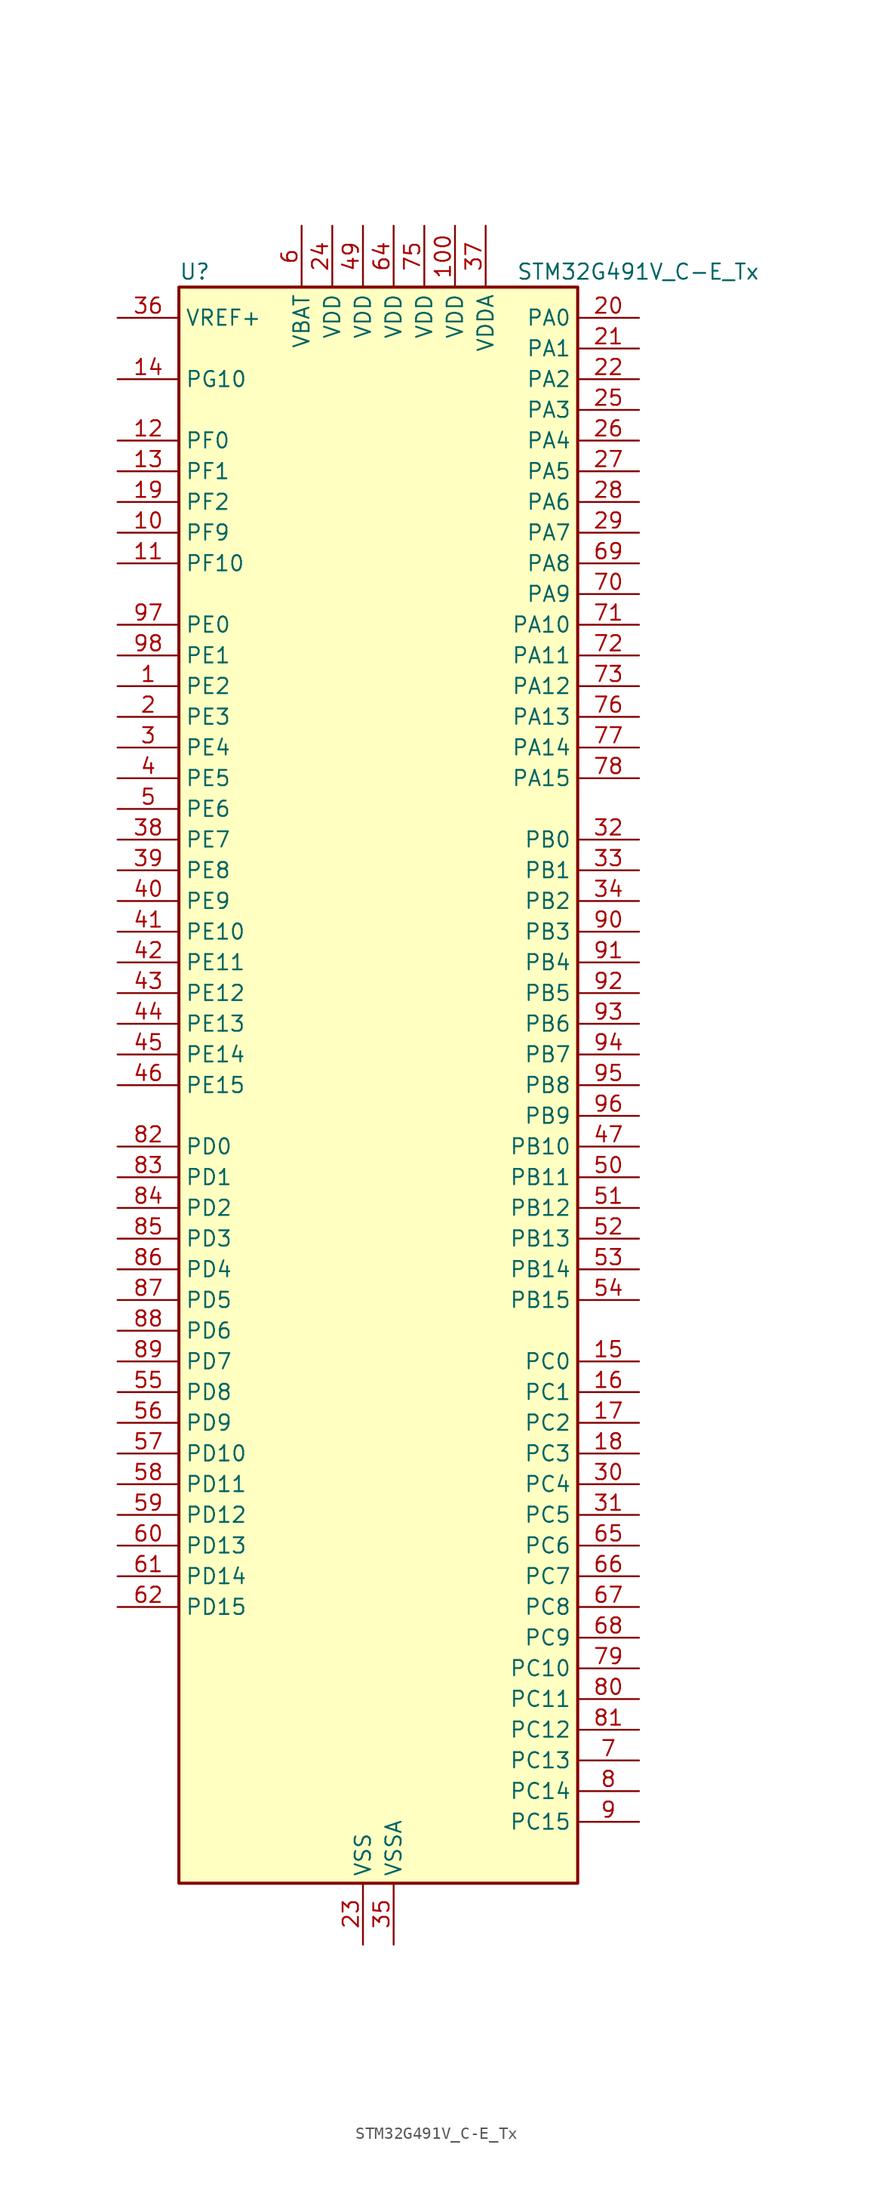
<source format=kicad_sym>
(kicad_symbol_lib
  (version 20220914)
  (generator kicad_symbol_editor)
  (symbol "STM32G491V_C-E_Tx"
    (property "Reference" "U"
      (at -15.24 67.31 0)
      (effects (font (size 1.27 1.27)) (justify left)))
    (property "Value" "STM32G491V_C-E_Tx"
      (at 12.7 67.31 0)
      (effects (font (size 1.27 1.27)) (justify left)))
    (property "ki_locked" ""
      (at 0 0 0)
      (effects (font (size 1.27 1.27))))
    (symbol "STM32G491V_C-E_Tx_0_1"
      (rectangle (start -15.24 -66.04) (end 17.78 66.04) (stroke (width 0.254) (type default)) (fill (type background))))
    (symbol "STM32G491V_C-E_Tx_1_1"
      (pin bidirectional line (at -20.32 33.02 0) (length 5.08) (name "PE2" (effects (font (size 1.27 1.27)))) (number "1" (effects (font (size 1.27 1.27)))) (alternate "ADC3_EXTI2" bidirectional line) (alternate "SAI1_CK1" bidirectional line) (alternate "SAI1_MCLK_A" bidirectional line) (alternate "SYS_TRACECLK" bidirectional line) (alternate "TIM20_CH1" bidirectional line) (alternate "TIM3_CH1" bidirectional line))
      (pin bidirectional line (at -20.32 45.72 0) (length 5.08) (name "PF9" (effects (font (size 1.27 1.27)))) (number "10" (effects (font (size 1.27 1.27)))) (alternate "DAC1_EXTI9" bidirectional line) (alternate "DAC3_EXTI9" bidirectional line) (alternate "QUADSPI1_BK1_IO1" bidirectional line) (alternate "SAI1_FS_B" bidirectional line) (alternate "SPI2_SCK" bidirectional line) (alternate "TIM15_CH1" bidirectional line) (alternate "TIM20_BKIN" bidirectional line))
      (pin power_in line (at 7.62 71.12 270) (length 5.08) (name "VDD" (effects (font (size 1.27 1.27)))) (number "100" (effects (font (size 1.27 1.27)))))
      (pin bidirectional line (at -20.32 43.18 0) (length 5.08) (name "PF10" (effects (font (size 1.27 1.27)))) (number "11" (effects (font (size 1.27 1.27)))) (alternate "DAC1_EXTI10" bidirectional line) (alternate "DAC3_EXTI10" bidirectional line) (alternate "QUADSPI1_CLK" bidirectional line) (alternate "SAI1_D3" bidirectional line) (alternate "SPI2_SCK" bidirectional line) (alternate "TIM15_CH2" bidirectional line) (alternate "TIM20_BKIN2" bidirectional line))
      (pin bidirectional line (at -20.32 53.34 0) (length 5.08) (name "PF0" (effects (font (size 1.27 1.27)))) (number "12" (effects (font (size 1.27 1.27)))) (alternate "ADC1_IN10" bidirectional line) (alternate "I2C2_SDA" bidirectional line) (alternate "I2S2_WS" bidirectional line) (alternate "RCC_OSC_IN" bidirectional line) (alternate "SPI2_NSS" bidirectional line) (alternate "TIM1_CH3N" bidirectional line))
      (pin bidirectional line (at -20.32 50.8 0) (length 5.08) (name "PF1" (effects (font (size 1.27 1.27)))) (number "13" (effects (font (size 1.27 1.27)))) (alternate "ADC2_IN10" bidirectional line) (alternate "COMP3_INM" bidirectional line) (alternate "I2S2_CK" bidirectional line) (alternate "RCC_OSC_OUT" bidirectional line) (alternate "SPI2_SCK" bidirectional line))
      (pin bidirectional line (at -20.32 58.42 0) (length 5.08) (name "PG10" (effects (font (size 1.27 1.27)))) (number "14" (effects (font (size 1.27 1.27)))) (alternate "DAC1_EXTI10" bidirectional line) (alternate "DAC3_EXTI10" bidirectional line) (alternate "RCC_MCO" bidirectional line))
      (pin bidirectional line (at 22.86 -22.86 180) (length 5.08) (name "PC0" (effects (font (size 1.27 1.27)))) (number "15" (effects (font (size 1.27 1.27)))) (alternate "ADC1_IN6" bidirectional line) (alternate "ADC2_IN6" bidirectional line) (alternate "COMP3_INM" bidirectional line) (alternate "LPTIM1_IN1" bidirectional line) (alternate "LPUART1_RX" bidirectional line) (alternate "TIM1_CH1" bidirectional line))
      (pin bidirectional line (at 22.86 -25.4 180) (length 5.08) (name "PC1" (effects (font (size 1.27 1.27)))) (number "16" (effects (font (size 1.27 1.27)))) (alternate "ADC1_IN7" bidirectional line) (alternate "ADC2_IN7" bidirectional line) (alternate "COMP3_INP" bidirectional line) (alternate "LPTIM1_OUT" bidirectional line) (alternate "LPUART1_TX" bidirectional line) (alternate "QUADSPI1_BK2_IO0" bidirectional line) (alternate "SAI1_SD_A" bidirectional line) (alternate "TIM1_CH2" bidirectional line))
      (pin bidirectional line (at 22.86 -27.94 180) (length 5.08) (name "PC2" (effects (font (size 1.27 1.27)))) (number "17" (effects (font (size 1.27 1.27)))) (alternate "ADC1_IN8" bidirectional line) (alternate "ADC2_IN8" bidirectional line) (alternate "ADC3_EXTI2" bidirectional line) (alternate "COMP3_OUT" bidirectional line) (alternate "LPTIM1_IN2" bidirectional line) (alternate "QUADSPI1_BK2_IO1" bidirectional line) (alternate "TIM1_CH3" bidirectional line) (alternate "TIM20_CH2" bidirectional line))
      (pin bidirectional line (at 22.86 -30.48 180) (length 5.08) (name "PC3" (effects (font (size 1.27 1.27)))) (number "18" (effects (font (size 1.27 1.27)))) (alternate "ADC1_IN9" bidirectional line) (alternate "ADC2_IN9" bidirectional line) (alternate "ADC3_EXTI3" bidirectional line) (alternate "LPTIM1_ETR" bidirectional line) (alternate "QUADSPI1_BK2_IO2" bidirectional line) (alternate "SAI1_D1" bidirectional line) (alternate "SAI1_SD_A" bidirectional line) (alternate "TIM1_BKIN2" bidirectional line) (alternate "TIM1_CH4" bidirectional line))
      (pin bidirectional line (at -20.32 48.26 0) (length 5.08) (name "PF2" (effects (font (size 1.27 1.27)))) (number "19" (effects (font (size 1.27 1.27)))) (alternate "ADC3_EXTI2" bidirectional line) (alternate "I2C2_SMBA" bidirectional line) (alternate "TIM20_CH3" bidirectional line))
      (pin bidirectional line (at -20.32 30.48 0) (length 5.08) (name "PE3" (effects (font (size 1.27 1.27)))) (number "2" (effects (font (size 1.27 1.27)))) (alternate "ADC3_EXTI3" bidirectional line) (alternate "SAI1_SD_B" bidirectional line) (alternate "SYS_TRACED0" bidirectional line) (alternate "TIM20_CH2" bidirectional line) (alternate "TIM3_CH2" bidirectional line))
      (pin bidirectional line (at 22.86 63.5 180) (length 5.08) (name "PA0" (effects (font (size 1.27 1.27)))) (number "20" (effects (font (size 1.27 1.27)))) (alternate "ADC1_IN1" bidirectional line) (alternate "ADC2_IN1" bidirectional line) (alternate "COMP1_INM" bidirectional line) (alternate "COMP1_OUT" bidirectional line) (alternate "COMP3_INP" bidirectional line) (alternate "RTC_TAMP2" bidirectional line) (alternate "SYS_WKUP1" bidirectional line) (alternate "TIM2_CH1" bidirectional line) (alternate "TIM2_ETR" bidirectional line) (alternate "TIM8_BKIN" bidirectional line) (alternate "TIM8_ETR" bidirectional line) (alternate "USART2_CTS" bidirectional line) (alternate "USART2_NSS" bidirectional line))
      (pin bidirectional line (at 22.86 60.96 180) (length 5.08) (name "PA1" (effects (font (size 1.27 1.27)))) (number "21" (effects (font (size 1.27 1.27)))) (alternate "ADC1_IN2" bidirectional line) (alternate "ADC2_IN2" bidirectional line) (alternate "COMP1_INP" bidirectional line) (alternate "OPAMP1_VINP" bidirectional line) (alternate "OPAMP1_VINP_SEC" bidirectional line) (alternate "OPAMP3_VINP" bidirectional line) (alternate "OPAMP3_VINP_SEC" bidirectional line) (alternate "OPAMP6_VINM" bidirectional line) (alternate "OPAMP6_VINM0" bidirectional line) (alternate "OPAMP6_VINM_SEC" bidirectional line) (alternate "RTC_REFIN" bidirectional line) (alternate "TIM15_CH1N" bidirectional line) (alternate "TIM2_CH2" bidirectional line) (alternate "USART2_DE" bidirectional line) (alternate "USART2_RTS" bidirectional line))
      (pin bidirectional line (at 22.86 58.42 180) (length 5.08) (name "PA2" (effects (font (size 1.27 1.27)))) (number "22" (effects (font (size 1.27 1.27)))) (alternate "ADC1_IN3" bidirectional line) (alternate "ADC3_EXTI2" bidirectional line) (alternate "COMP2_INM" bidirectional line) (alternate "COMP2_OUT" bidirectional line) (alternate "LPUART1_TX" bidirectional line) (alternate "OPAMP1_VOUT" bidirectional line) (alternate "QUADSPI1_BK1_NCS" bidirectional line) (alternate "RCC_LSCO" bidirectional line) (alternate "SYS_WKUP4" bidirectional line) (alternate "TIM15_CH1" bidirectional line) (alternate "TIM2_CH3" bidirectional line) (alternate "UCPD1_FRSTX1" bidirectional line) (alternate "UCPD1_FRSTX2" bidirectional line) (alternate "USART2_TX" bidirectional line))
      (pin power_in line (at 0 -71.12 90) (length 5.08) (name "VSS" (effects (font (size 1.27 1.27)))) (number "23" (effects (font (size 1.27 1.27)))))
      (pin power_in line (at -2.54 71.12 270) (length 5.08) (name "VDD" (effects (font (size 1.27 1.27)))) (number "24" (effects (font (size 1.27 1.27)))))
      (pin bidirectional line (at 22.86 55.88 180) (length 5.08) (name "PA3" (effects (font (size 1.27 1.27)))) (number "25" (effects (font (size 1.27 1.27)))) (alternate "ADC1_IN4" bidirectional line) (alternate "ADC3_EXTI3" bidirectional line) (alternate "COMP2_INP" bidirectional line) (alternate "LPUART1_RX" bidirectional line) (alternate "OPAMP1_VINM" bidirectional line) (alternate "OPAMP1_VINM0" bidirectional line) (alternate "OPAMP1_VINM_SEC" bidirectional line) (alternate "OPAMP1_VINP" bidirectional line) (alternate "OPAMP1_VINP_SEC" bidirectional line) (alternate "QUADSPI1_CLK" bidirectional line) (alternate "SAI1_CK1" bidirectional line) (alternate "SAI1_MCLK_A" bidirectional line) (alternate "TIM15_CH2" bidirectional line) (alternate "TIM2_CH4" bidirectional line) (alternate "USART2_RX" bidirectional line))
      (pin bidirectional line (at 22.86 53.34 180) (length 5.08) (name "PA4" (effects (font (size 1.27 1.27)))) (number "26" (effects (font (size 1.27 1.27)))) (alternate "ADC2_IN17" bidirectional line) (alternate "COMP1_INM" bidirectional line) (alternate "DAC1_OUT1" bidirectional line) (alternate "I2S3_WS" bidirectional line) (alternate "SAI1_FS_B" bidirectional line) (alternate "SPI1_NSS" bidirectional line) (alternate "SPI3_NSS" bidirectional line) (alternate "TIM3_CH2" bidirectional line) (alternate "USART2_CK" bidirectional line))
      (pin bidirectional line (at 22.86 50.8 180) (length 5.08) (name "PA5" (effects (font (size 1.27 1.27)))) (number "27" (effects (font (size 1.27 1.27)))) (alternate "ADC2_IN13" bidirectional line) (alternate "COMP2_INM" bidirectional line) (alternate "DAC1_OUT2" bidirectional line) (alternate "OPAMP2_VINM" bidirectional line) (alternate "OPAMP2_VINM0" bidirectional line) (alternate "OPAMP2_VINM_SEC" bidirectional line) (alternate "SPI1_SCK" bidirectional line) (alternate "TIM2_CH1" bidirectional line) (alternate "TIM2_ETR" bidirectional line) (alternate "UCPD1_FRSTX1" bidirectional line) (alternate "UCPD1_FRSTX2" bidirectional line))
      (pin bidirectional line (at 22.86 48.26 180) (length 5.08) (name "PA6" (effects (font (size 1.27 1.27)))) (number "28" (effects (font (size 1.27 1.27)))) (alternate "ADC2_IN3" bidirectional line) (alternate "COMP1_OUT" bidirectional line) (alternate "LPUART1_CTS" bidirectional line) (alternate "OPAMP2_VOUT" bidirectional line) (alternate "QUADSPI1_BK1_IO3" bidirectional line) (alternate "SPI1_MISO" bidirectional line) (alternate "TIM16_CH1" bidirectional line) (alternate "TIM1_BKIN" bidirectional line) (alternate "TIM3_CH1" bidirectional line) (alternate "TIM8_BKIN" bidirectional line))
      (pin bidirectional line (at 22.86 45.72 180) (length 5.08) (name "PA7" (effects (font (size 1.27 1.27)))) (number "29" (effects (font (size 1.27 1.27)))) (alternate "ADC2_IN4" bidirectional line) (alternate "COMP2_INP" bidirectional line) (alternate "COMP2_OUT" bidirectional line) (alternate "OPAMP1_VINP" bidirectional line) (alternate "OPAMP1_VINP_SEC" bidirectional line) (alternate "OPAMP2_VINP" bidirectional line) (alternate "OPAMP2_VINP_SEC" bidirectional line) (alternate "QUADSPI1_BK1_IO2" bidirectional line) (alternate "SPI1_MOSI" bidirectional line) (alternate "TIM17_CH1" bidirectional line) (alternate "TIM1_CH1N" bidirectional line) (alternate "TIM3_CH2" bidirectional line) (alternate "TIM8_CH1N" bidirectional line) (alternate "UCPD1_FRSTX1" bidirectional line) (alternate "UCPD1_FRSTX2" bidirectional line))
      (pin bidirectional line (at -20.32 27.94 0) (length 5.08) (name "PE4" (effects (font (size 1.27 1.27)))) (number "3" (effects (font (size 1.27 1.27)))) (alternate "SAI1_D2" bidirectional line) (alternate "SAI1_FS_A" bidirectional line) (alternate "SYS_TRACED1" bidirectional line) (alternate "TIM20_CH1N" bidirectional line) (alternate "TIM3_CH3" bidirectional line))
      (pin bidirectional line (at 22.86 -33.02 180) (length 5.08) (name "PC4" (effects (font (size 1.27 1.27)))) (number "30" (effects (font (size 1.27 1.27)))) (alternate "ADC2_IN5" bidirectional line) (alternate "I2C2_SCL" bidirectional line) (alternate "QUADSPI1_BK2_IO3" bidirectional line) (alternate "TIM1_ETR" bidirectional line) (alternate "USART1_TX" bidirectional line))
      (pin bidirectional line (at 22.86 -35.56 180) (length 5.08) (name "PC5" (effects (font (size 1.27 1.27)))) (number "31" (effects (font (size 1.27 1.27)))) (alternate "ADC2_IN11" bidirectional line) (alternate "OPAMP1_VINM" bidirectional line) (alternate "OPAMP1_VINM1" bidirectional line) (alternate "OPAMP1_VINM_SEC" bidirectional line) (alternate "OPAMP2_VINM" bidirectional line) (alternate "OPAMP2_VINM1" bidirectional line) (alternate "OPAMP2_VINM_SEC" bidirectional line) (alternate "SAI1_D3" bidirectional line) (alternate "SYS_WKUP5" bidirectional line) (alternate "TIM15_BKIN" bidirectional line) (alternate "TIM1_CH4N" bidirectional line) (alternate "USART1_RX" bidirectional line))
      (pin bidirectional line (at 22.86 20.32 180) (length 5.08) (name "PB0" (effects (font (size 1.27 1.27)))) (number "32" (effects (font (size 1.27 1.27)))) (alternate "ADC1_IN15" bidirectional line) (alternate "ADC3_IN12" bidirectional line) (alternate "COMP4_INP" bidirectional line) (alternate "OPAMP2_VINP" bidirectional line) (alternate "OPAMP2_VINP_SEC" bidirectional line) (alternate "OPAMP3_VINP" bidirectional line) (alternate "OPAMP3_VINP_SEC" bidirectional line) (alternate "QUADSPI1_BK1_IO1" bidirectional line) (alternate "TIM1_CH2N" bidirectional line) (alternate "TIM3_CH3" bidirectional line) (alternate "TIM8_CH2N" bidirectional line) (alternate "UCPD1_FRSTX1" bidirectional line) (alternate "UCPD1_FRSTX2" bidirectional line))
      (pin bidirectional line (at 22.86 17.78 180) (length 5.08) (name "PB1" (effects (font (size 1.27 1.27)))) (number "33" (effects (font (size 1.27 1.27)))) (alternate "ADC1_IN12" bidirectional line) (alternate "ADC3_IN1" bidirectional line) (alternate "COMP1_INP" bidirectional line) (alternate "COMP4_OUT" bidirectional line) (alternate "LPUART1_DE" bidirectional line) (alternate "LPUART1_RTS" bidirectional line) (alternate "OPAMP3_VOUT" bidirectional line) (alternate "OPAMP6_VINM" bidirectional line) (alternate "OPAMP6_VINM1" bidirectional line) (alternate "OPAMP6_VINM_SEC" bidirectional line) (alternate "QUADSPI1_BK1_IO0" bidirectional line) (alternate "TIM1_CH3N" bidirectional line) (alternate "TIM3_CH4" bidirectional line) (alternate "TIM8_CH3N" bidirectional line))
      (pin bidirectional line (at 22.86 15.24 180) (length 5.08) (name "PB2" (effects (font (size 1.27 1.27)))) (number "34" (effects (font (size 1.27 1.27)))) (alternate "ADC2_IN12" bidirectional line) (alternate "ADC3_EXTI2" bidirectional line) (alternate "COMP4_INM" bidirectional line) (alternate "I2C3_SMBA" bidirectional line) (alternate "LPTIM1_OUT" bidirectional line) (alternate "OPAMP3_VINM" bidirectional line) (alternate "OPAMP3_VINM0" bidirectional line) (alternate "OPAMP3_VINM_SEC" bidirectional line) (alternate "QUADSPI1_BK2_IO1" bidirectional line) (alternate "RTC_OUT2" bidirectional line) (alternate "TIM20_CH1" bidirectional line))
      (pin power_in line (at 2.54 -71.12 90) (length 5.08) (name "VSSA" (effects (font (size 1.27 1.27)))) (number "35" (effects (font (size 1.27 1.27)))))
      (pin input line (at -20.32 63.5 0) (length 5.08) (name "VREF+" (effects (font (size 1.27 1.27)))) (number "36" (effects (font (size 1.27 1.27)))) (alternate "VREFBUF_OUT" bidirectional line))
      (pin power_in line (at 10.16 71.12 270) (length 5.08) (name "VDDA" (effects (font (size 1.27 1.27)))) (number "37" (effects (font (size 1.27 1.27)))))
      (pin bidirectional line (at -20.32 20.32 0) (length 5.08) (name "PE7" (effects (font (size 1.27 1.27)))) (number "38" (effects (font (size 1.27 1.27)))) (alternate "ADC3_IN4" bidirectional line) (alternate "COMP4_INP" bidirectional line) (alternate "SAI1_SD_B" bidirectional line) (alternate "TIM1_ETR" bidirectional line))
      (pin bidirectional line (at -20.32 17.78 0) (length 5.08) (name "PE8" (effects (font (size 1.27 1.27)))) (number "39" (effects (font (size 1.27 1.27)))) (alternate "ADC3_IN6" bidirectional line) (alternate "COMP4_INM" bidirectional line) (alternate "SAI1_SCK_B" bidirectional line) (alternate "TIM1_CH1N" bidirectional line))
      (pin bidirectional line (at -20.32 25.4 0) (length 5.08) (name "PE5" (effects (font (size 1.27 1.27)))) (number "4" (effects (font (size 1.27 1.27)))) (alternate "SAI1_CK2" bidirectional line) (alternate "SAI1_SCK_A" bidirectional line) (alternate "SYS_TRACED2" bidirectional line) (alternate "TIM20_CH2N" bidirectional line) (alternate "TIM3_CH4" bidirectional line))
      (pin bidirectional line (at -20.32 15.24 0) (length 5.08) (name "PE9" (effects (font (size 1.27 1.27)))) (number "40" (effects (font (size 1.27 1.27)))) (alternate "ADC3_IN2" bidirectional line) (alternate "DAC1_EXTI9" bidirectional line) (alternate "DAC3_EXTI9" bidirectional line) (alternate "SAI1_FS_B" bidirectional line) (alternate "TIM1_CH1" bidirectional line))
      (pin bidirectional line (at -20.32 12.7 0) (length 5.08) (name "PE10" (effects (font (size 1.27 1.27)))) (number "41" (effects (font (size 1.27 1.27)))) (alternate "ADC3_IN14" bidirectional line) (alternate "DAC1_EXTI10" bidirectional line) (alternate "DAC3_EXTI10" bidirectional line) (alternate "QUADSPI1_CLK" bidirectional line) (alternate "SAI1_MCLK_B" bidirectional line) (alternate "TIM1_CH2N" bidirectional line))
      (pin bidirectional line (at -20.32 10.16 0) (length 5.08) (name "PE11" (effects (font (size 1.27 1.27)))) (number "42" (effects (font (size 1.27 1.27)))) (alternate "ADC1_EXTI11" bidirectional line) (alternate "ADC2_EXTI11" bidirectional line) (alternate "ADC3_IN15" bidirectional line) (alternate "QUADSPI1_BK1_NCS" bidirectional line) (alternate "TIM1_CH2" bidirectional line))
      (pin bidirectional line (at -20.32 7.62 0) (length 5.08) (name "PE12" (effects (font (size 1.27 1.27)))) (number "43" (effects (font (size 1.27 1.27)))) (alternate "ADC3_IN16" bidirectional line) (alternate "QUADSPI1_BK1_IO0" bidirectional line) (alternate "TIM1_CH3N" bidirectional line))
      (pin bidirectional line (at -20.32 5.08 0) (length 5.08) (name "PE13" (effects (font (size 1.27 1.27)))) (number "44" (effects (font (size 1.27 1.27)))) (alternate "ADC3_IN3" bidirectional line) (alternate "QUADSPI1_BK1_IO1" bidirectional line) (alternate "TIM1_CH3" bidirectional line))
      (pin bidirectional line (at -20.32 2.54 0) (length 5.08) (name "PE14" (effects (font (size 1.27 1.27)))) (number "45" (effects (font (size 1.27 1.27)))) (alternate "QUADSPI1_BK1_IO2" bidirectional line) (alternate "TIM1_BKIN2" bidirectional line) (alternate "TIM1_CH4" bidirectional line))
      (pin bidirectional line (at -20.32 0 0) (length 5.08) (name "PE15" (effects (font (size 1.27 1.27)))) (number "46" (effects (font (size 1.27 1.27)))) (alternate "ADC1_EXTI15" bidirectional line) (alternate "ADC2_EXTI15" bidirectional line) (alternate "QUADSPI1_BK1_IO3" bidirectional line) (alternate "TIM1_BKIN" bidirectional line) (alternate "TIM1_CH4N" bidirectional line) (alternate "USART3_RX" bidirectional line))
      (pin bidirectional line (at 22.86 -5.08 180) (length 5.08) (name "PB10" (effects (font (size 1.27 1.27)))) (number "47" (effects (font (size 1.27 1.27)))) (alternate "DAC1_EXTI10" bidirectional line) (alternate "DAC3_EXTI10" bidirectional line) (alternate "LPUART1_RX" bidirectional line) (alternate "OPAMP3_VINM" bidirectional line) (alternate "OPAMP3_VINM1" bidirectional line) (alternate "OPAMP3_VINM_SEC" bidirectional line) (alternate "QUADSPI1_CLK" bidirectional line) (alternate "SAI1_SCK_A" bidirectional line) (alternate "TIM1_BKIN" bidirectional line) (alternate "TIM2_CH3" bidirectional line) (alternate "USART3_TX" bidirectional line))
      (pin passive line (at 0 -71.12 90) (length 5.08) hide (name "VSS" (effects (font (size 1.27 1.27)))) (number "48" (effects (font (size 1.27 1.27)))))
      (pin power_in line (at 0 71.12 270) (length 5.08) (name "VDD" (effects (font (size 1.27 1.27)))) (number "49" (effects (font (size 1.27 1.27)))))
      (pin bidirectional line (at -20.32 22.86 0) (length 5.08) (name "PE6" (effects (font (size 1.27 1.27)))) (number "5" (effects (font (size 1.27 1.27)))) (alternate "RTC_TAMP3" bidirectional line) (alternate "SAI1_D1" bidirectional line) (alternate "SAI1_SD_A" bidirectional line) (alternate "SYS_TRACED3" bidirectional line) (alternate "SYS_WKUP3" bidirectional line) (alternate "TIM20_CH3N" bidirectional line))
      (pin bidirectional line (at 22.86 -7.62 180) (length 5.08) (name "PB11" (effects (font (size 1.27 1.27)))) (number "50" (effects (font (size 1.27 1.27)))) (alternate "ADC1_EXTI11" bidirectional line) (alternate "ADC1_IN14" bidirectional line) (alternate "ADC2_EXTI11" bidirectional line) (alternate "ADC2_IN14" bidirectional line) (alternate "LPUART1_TX" bidirectional line) (alternate "OPAMP6_VOUT" bidirectional line) (alternate "QUADSPI1_BK1_NCS" bidirectional line) (alternate "TIM2_CH4" bidirectional line) (alternate "USART3_RX" bidirectional line))
      (pin bidirectional line (at 22.86 -10.16 180) (length 5.08) (name "PB12" (effects (font (size 1.27 1.27)))) (number "51" (effects (font (size 1.27 1.27)))) (alternate "ADC1_IN11" bidirectional line) (alternate "FDCAN2_RX" bidirectional line) (alternate "I2C2_SMBA" bidirectional line) (alternate "I2S2_WS" bidirectional line) (alternate "LPUART1_DE" bidirectional line) (alternate "LPUART1_RTS" bidirectional line) (alternate "OPAMP6_VINP" bidirectional line) (alternate "OPAMP6_VINP_SEC" bidirectional line) (alternate "SPI2_NSS" bidirectional line) (alternate "TIM1_BKIN" bidirectional line) (alternate "USART3_CK" bidirectional line))
      (pin bidirectional line (at 22.86 -12.7 180) (length 5.08) (name "PB13" (effects (font (size 1.27 1.27)))) (number "52" (effects (font (size 1.27 1.27)))) (alternate "ADC3_IN5" bidirectional line) (alternate "FDCAN2_TX" bidirectional line) (alternate "I2S2_CK" bidirectional line) (alternate "LPUART1_CTS" bidirectional line) (alternate "OPAMP3_VINP" bidirectional line) (alternate "OPAMP3_VINP_SEC" bidirectional line) (alternate "OPAMP6_VINP" bidirectional line) (alternate "OPAMP6_VINP_SEC" bidirectional line) (alternate "SPI2_SCK" bidirectional line) (alternate "TIM1_CH1N" bidirectional line) (alternate "USART3_CTS" bidirectional line) (alternate "USART3_NSS" bidirectional line))
      (pin bidirectional line (at 22.86 -15.24 180) (length 5.08) (name "PB14" (effects (font (size 1.27 1.27)))) (number "53" (effects (font (size 1.27 1.27)))) (alternate "ADC1_IN5" bidirectional line) (alternate "COMP4_OUT" bidirectional line) (alternate "OPAMP2_VINP" bidirectional line) (alternate "OPAMP2_VINP_SEC" bidirectional line) (alternate "SPI2_MISO" bidirectional line) (alternate "TIM15_CH1" bidirectional line) (alternate "TIM1_CH2N" bidirectional line) (alternate "USART3_DE" bidirectional line) (alternate "USART3_RTS" bidirectional line))
      (pin bidirectional line (at 22.86 -17.78 180) (length 5.08) (name "PB15" (effects (font (size 1.27 1.27)))) (number "54" (effects (font (size 1.27 1.27)))) (alternate "ADC1_EXTI15" bidirectional line) (alternate "ADC2_EXTI15" bidirectional line) (alternate "ADC2_IN15" bidirectional line) (alternate "COMP3_OUT" bidirectional line) (alternate "I2S2_SD" bidirectional line) (alternate "RTC_REFIN" bidirectional line) (alternate "SPI2_MOSI" bidirectional line) (alternate "TIM15_CH1N" bidirectional line) (alternate "TIM15_CH2" bidirectional line) (alternate "TIM1_CH3N" bidirectional line))
      (pin bidirectional line (at -20.32 -25.4 0) (length 5.08) (name "PD8" (effects (font (size 1.27 1.27)))) (number "55" (effects (font (size 1.27 1.27)))) (alternate "USART3_TX" bidirectional line))
      (pin bidirectional line (at -20.32 -27.94 0) (length 5.08) (name "PD9" (effects (font (size 1.27 1.27)))) (number "56" (effects (font (size 1.27 1.27)))) (alternate "DAC1_EXTI9" bidirectional line) (alternate "DAC3_EXTI9" bidirectional line) (alternate "OPAMP6_VINP" bidirectional line) (alternate "OPAMP6_VINP_SEC" bidirectional line) (alternate "USART3_RX" bidirectional line))
      (pin bidirectional line (at -20.32 -30.48 0) (length 5.08) (name "PD10" (effects (font (size 1.27 1.27)))) (number "57" (effects (font (size 1.27 1.27)))) (alternate "ADC3_IN7" bidirectional line) (alternate "DAC1_EXTI10" bidirectional line) (alternate "DAC3_EXTI10" bidirectional line) (alternate "USART3_CK" bidirectional line))
      (pin bidirectional line (at -20.32 -33.02 0) (length 5.08) (name "PD11" (effects (font (size 1.27 1.27)))) (number "58" (effects (font (size 1.27 1.27)))) (alternate "ADC1_EXTI11" bidirectional line) (alternate "ADC2_EXTI11" bidirectional line) (alternate "ADC3_IN8" bidirectional line) (alternate "USART3_CTS" bidirectional line) (alternate "USART3_NSS" bidirectional line))
      (pin bidirectional line (at -20.32 -35.56 0) (length 5.08) (name "PD12" (effects (font (size 1.27 1.27)))) (number "59" (effects (font (size 1.27 1.27)))) (alternate "ADC3_IN9" bidirectional line) (alternate "TIM4_CH1" bidirectional line) (alternate "USART3_DE" bidirectional line) (alternate "USART3_RTS" bidirectional line))
      (pin power_in line (at -5.08 71.12 270) (length 5.08) (name "VBAT" (effects (font (size 1.27 1.27)))) (number "6" (effects (font (size 1.27 1.27)))))
      (pin bidirectional line (at -20.32 -38.1 0) (length 5.08) (name "PD13" (effects (font (size 1.27 1.27)))) (number "60" (effects (font (size 1.27 1.27)))) (alternate "ADC3_IN10" bidirectional line) (alternate "TIM4_CH2" bidirectional line))
      (pin bidirectional line (at -20.32 -40.64 0) (length 5.08) (name "PD14" (effects (font (size 1.27 1.27)))) (number "61" (effects (font (size 1.27 1.27)))) (alternate "ADC3_IN11" bidirectional line) (alternate "OPAMP2_VINP" bidirectional line) (alternate "OPAMP2_VINP_SEC" bidirectional line) (alternate "TIM4_CH3" bidirectional line))
      (pin bidirectional line (at -20.32 -43.18 0) (length 5.08) (name "PD15" (effects (font (size 1.27 1.27)))) (number "62" (effects (font (size 1.27 1.27)))) (alternate "ADC1_EXTI15" bidirectional line) (alternate "ADC2_EXTI15" bidirectional line) (alternate "SPI2_NSS" bidirectional line) (alternate "TIM4_CH4" bidirectional line))
      (pin passive line (at 0 -71.12 90) (length 5.08) hide (name "VSS" (effects (font (size 1.27 1.27)))) (number "63" (effects (font (size 1.27 1.27)))))
      (pin power_in line (at 2.54 71.12 270) (length 5.08) (name "VDD" (effects (font (size 1.27 1.27)))) (number "64" (effects (font (size 1.27 1.27)))))
      (pin bidirectional line (at 22.86 -38.1 180) (length 5.08) (name "PC6" (effects (font (size 1.27 1.27)))) (number "65" (effects (font (size 1.27 1.27)))) (alternate "I2S2_MCK" bidirectional line) (alternate "TIM3_CH1" bidirectional line) (alternate "TIM8_CH1" bidirectional line))
      (pin bidirectional line (at 22.86 -40.64 180) (length 5.08) (name "PC7" (effects (font (size 1.27 1.27)))) (number "66" (effects (font (size 1.27 1.27)))) (alternate "I2S3_MCK" bidirectional line) (alternate "TIM3_CH2" bidirectional line) (alternate "TIM8_CH2" bidirectional line))
      (pin bidirectional line (at 22.86 -43.18 180) (length 5.08) (name "PC8" (effects (font (size 1.27 1.27)))) (number "67" (effects (font (size 1.27 1.27)))) (alternate "I2C3_SCL" bidirectional line) (alternate "TIM20_CH3" bidirectional line) (alternate "TIM3_CH3" bidirectional line) (alternate "TIM8_CH3" bidirectional line))
      (pin bidirectional line (at 22.86 -45.72 180) (length 5.08) (name "PC9" (effects (font (size 1.27 1.27)))) (number "68" (effects (font (size 1.27 1.27)))) (alternate "DAC1_EXTI9" bidirectional line) (alternate "DAC3_EXTI9" bidirectional line) (alternate "I2C3_SDA" bidirectional line) (alternate "I2S_CKIN" bidirectional line) (alternate "TIM3_CH4" bidirectional line) (alternate "TIM8_BKIN2" bidirectional line) (alternate "TIM8_CH4" bidirectional line))
      (pin bidirectional line (at 22.86 43.18 180) (length 5.08) (name "PA8" (effects (font (size 1.27 1.27)))) (number "69" (effects (font (size 1.27 1.27)))) (alternate "I2C2_SDA" bidirectional line) (alternate "I2C3_SCL" bidirectional line) (alternate "I2S2_MCK" bidirectional line) (alternate "RCC_MCO" bidirectional line) (alternate "SAI1_CK2" bidirectional line) (alternate "SAI1_SCK_A" bidirectional line) (alternate "TIM1_CH1" bidirectional line) (alternate "TIM4_ETR" bidirectional line) (alternate "USART1_CK" bidirectional line))
      (pin bidirectional line (at 22.86 -55.88 180) (length 5.08) (name "PC13" (effects (font (size 1.27 1.27)))) (number "7" (effects (font (size 1.27 1.27)))) (alternate "RTC_OUT1" bidirectional line) (alternate "RTC_TAMP1" bidirectional line) (alternate "RTC_TS" bidirectional line) (alternate "SYS_WKUP2" bidirectional line) (alternate "TIM1_BKIN" bidirectional line) (alternate "TIM1_CH1N" bidirectional line) (alternate "TIM8_CH4N" bidirectional line))
      (pin bidirectional line (at 22.86 40.64 180) (length 5.08) (name "PA9" (effects (font (size 1.27 1.27)))) (number "70" (effects (font (size 1.27 1.27)))) (alternate "DAC1_EXTI9" bidirectional line) (alternate "DAC3_EXTI9" bidirectional line) (alternate "I2C2_SCL" bidirectional line) (alternate "I2C3_SMBA" bidirectional line) (alternate "I2S3_MCK" bidirectional line) (alternate "SAI1_FS_A" bidirectional line) (alternate "TIM15_BKIN" bidirectional line) (alternate "TIM1_CH2" bidirectional line) (alternate "TIM2_CH3" bidirectional line) (alternate "UCPD1_DBCC1" bidirectional line) (alternate "USART1_TX" bidirectional line))
      (pin bidirectional line (at 22.86 38.1 180) (length 5.08) (name "PA10" (effects (font (size 1.27 1.27)))) (number "71" (effects (font (size 1.27 1.27)))) (alternate "CRS_SYNC" bidirectional line) (alternate "DAC1_EXTI10" bidirectional line) (alternate "DAC3_EXTI10" bidirectional line) (alternate "I2C2_SMBA" bidirectional line) (alternate "SAI1_D1" bidirectional line) (alternate "SAI1_SD_A" bidirectional line) (alternate "SPI2_MISO" bidirectional line) (alternate "TIM17_BKIN" bidirectional line) (alternate "TIM1_CH3" bidirectional line) (alternate "TIM2_CH4" bidirectional line) (alternate "TIM8_BKIN" bidirectional line) (alternate "UCPD1_DBCC2" bidirectional line) (alternate "USART1_RX" bidirectional line))
      (pin bidirectional line (at 22.86 35.56 180) (length 5.08) (name "PA11" (effects (font (size 1.27 1.27)))) (number "72" (effects (font (size 1.27 1.27)))) (alternate "ADC1_EXTI11" bidirectional line) (alternate "ADC2_EXTI11" bidirectional line) (alternate "COMP1_OUT" bidirectional line) (alternate "FDCAN1_RX" bidirectional line) (alternate "I2S2_SD" bidirectional line) (alternate "SPI2_MOSI" bidirectional line) (alternate "TIM1_BKIN2" bidirectional line) (alternate "TIM1_CH1N" bidirectional line) (alternate "TIM1_CH4" bidirectional line) (alternate "TIM4_CH1" bidirectional line) (alternate "USART1_CTS" bidirectional line) (alternate "USART1_NSS" bidirectional line) (alternate "USB_DM" bidirectional line))
      (pin bidirectional line (at 22.86 33.02 180) (length 5.08) (name "PA12" (effects (font (size 1.27 1.27)))) (number "73" (effects (font (size 1.27 1.27)))) (alternate "COMP2_OUT" bidirectional line) (alternate "FDCAN1_TX" bidirectional line) (alternate "I2S_CKIN" bidirectional line) (alternate "TIM16_CH1" bidirectional line) (alternate "TIM1_CH2N" bidirectional line) (alternate "TIM1_ETR" bidirectional line) (alternate "TIM4_CH2" bidirectional line) (alternate "USART1_DE" bidirectional line) (alternate "USART1_RTS" bidirectional line) (alternate "USB_DP" bidirectional line))
      (pin passive line (at 0 -71.12 90) (length 5.08) hide (name "VSS" (effects (font (size 1.27 1.27)))) (number "74" (effects (font (size 1.27 1.27)))))
      (pin power_in line (at 5.08 71.12 270) (length 5.08) (name "VDD" (effects (font (size 1.27 1.27)))) (number "75" (effects (font (size 1.27 1.27)))))
      (pin bidirectional line (at 22.86 30.48 180) (length 5.08) (name "PA13" (effects (font (size 1.27 1.27)))) (number "76" (effects (font (size 1.27 1.27)))) (alternate "I2C1_SCL" bidirectional line) (alternate "IR_OUT" bidirectional line) (alternate "SAI1_SD_B" bidirectional line) (alternate "SYS_JTMS-SWDIO" bidirectional line) (alternate "TIM16_CH1N" bidirectional line) (alternate "TIM4_CH3" bidirectional line) (alternate "USART3_CTS" bidirectional line) (alternate "USART3_NSS" bidirectional line))
      (pin bidirectional line (at 22.86 27.94 180) (length 5.08) (name "PA14" (effects (font (size 1.27 1.27)))) (number "77" (effects (font (size 1.27 1.27)))) (alternate "I2C1_SDA" bidirectional line) (alternate "LPTIM1_OUT" bidirectional line) (alternate "SAI1_FS_B" bidirectional line) (alternate "SYS_JTCK-SWCLK" bidirectional line) (alternate "TIM1_BKIN" bidirectional line) (alternate "TIM8_CH2" bidirectional line) (alternate "USART2_TX" bidirectional line))
      (pin bidirectional line (at 22.86 25.4 180) (length 5.08) (name "PA15" (effects (font (size 1.27 1.27)))) (number "78" (effects (font (size 1.27 1.27)))) (alternate "ADC1_EXTI15" bidirectional line) (alternate "ADC2_EXTI15" bidirectional line) (alternate "I2C1_SCL" bidirectional line) (alternate "I2S3_WS" bidirectional line) (alternate "SPI1_NSS" bidirectional line) (alternate "SPI3_NSS" bidirectional line) (alternate "SYS_JTDI" bidirectional line) (alternate "TIM1_BKIN" bidirectional line) (alternate "TIM20_ETR" bidirectional line) (alternate "TIM2_CH1" bidirectional line) (alternate "TIM2_ETR" bidirectional line) (alternate "TIM8_CH1" bidirectional line) (alternate "UART4_DE" bidirectional line) (alternate "UART4_RTS" bidirectional line) (alternate "USART2_RX" bidirectional line))
      (pin bidirectional line (at 22.86 -48.26 180) (length 5.08) (name "PC10" (effects (font (size 1.27 1.27)))) (number "79" (effects (font (size 1.27 1.27)))) (alternate "DAC1_EXTI10" bidirectional line) (alternate "DAC3_EXTI10" bidirectional line) (alternate "I2S3_CK" bidirectional line) (alternate "SPI3_SCK" bidirectional line) (alternate "TIM8_CH1N" bidirectional line) (alternate "UART4_TX" bidirectional line) (alternate "USART3_TX" bidirectional line))
      (pin bidirectional line (at 22.86 -58.42 180) (length 5.08) (name "PC14" (effects (font (size 1.27 1.27)))) (number "8" (effects (font (size 1.27 1.27)))) (alternate "RCC_OSC32_IN" bidirectional line))
      (pin bidirectional line (at 22.86 -50.8 180) (length 5.08) (name "PC11" (effects (font (size 1.27 1.27)))) (number "80" (effects (font (size 1.27 1.27)))) (alternate "ADC1_EXTI11" bidirectional line) (alternate "ADC2_EXTI11" bidirectional line) (alternate "I2C3_SDA" bidirectional line) (alternate "SPI3_MISO" bidirectional line) (alternate "TIM8_CH2N" bidirectional line) (alternate "UART4_RX" bidirectional line) (alternate "USART3_RX" bidirectional line))
      (pin bidirectional line (at 22.86 -53.34 180) (length 5.08) (name "PC12" (effects (font (size 1.27 1.27)))) (number "81" (effects (font (size 1.27 1.27)))) (alternate "I2S3_SD" bidirectional line) (alternate "SPI3_MOSI" bidirectional line) (alternate "TIM8_CH3N" bidirectional line) (alternate "UART5_TX" bidirectional line) (alternate "UCPD1_FRSTX1" bidirectional line) (alternate "UCPD1_FRSTX2" bidirectional line) (alternate "USART3_CK" bidirectional line))
      (pin bidirectional line (at -20.32 -5.08 0) (length 5.08) (name "PD0" (effects (font (size 1.27 1.27)))) (number "82" (effects (font (size 1.27 1.27)))) (alternate "FDCAN1_RX" bidirectional line) (alternate "TIM8_CH4N" bidirectional line))
      (pin bidirectional line (at -20.32 -7.62 0) (length 5.08) (name "PD1" (effects (font (size 1.27 1.27)))) (number "83" (effects (font (size 1.27 1.27)))) (alternate "FDCAN1_TX" bidirectional line) (alternate "TIM8_BKIN2" bidirectional line) (alternate "TIM8_CH4" bidirectional line))
      (pin bidirectional line (at -20.32 -10.16 0) (length 5.08) (name "PD2" (effects (font (size 1.27 1.27)))) (number "84" (effects (font (size 1.27 1.27)))) (alternate "ADC3_EXTI2" bidirectional line) (alternate "TIM3_ETR" bidirectional line) (alternate "TIM8_BKIN" bidirectional line) (alternate "UART5_RX" bidirectional line))
      (pin bidirectional line (at -20.32 -12.7 0) (length 5.08) (name "PD3" (effects (font (size 1.27 1.27)))) (number "85" (effects (font (size 1.27 1.27)))) (alternate "ADC3_EXTI3" bidirectional line) (alternate "QUADSPI1_BK2_NCS" bidirectional line) (alternate "TIM2_CH1" bidirectional line) (alternate "TIM2_ETR" bidirectional line) (alternate "USART2_CTS" bidirectional line) (alternate "USART2_NSS" bidirectional line))
      (pin bidirectional line (at -20.32 -15.24 0) (length 5.08) (name "PD4" (effects (font (size 1.27 1.27)))) (number "86" (effects (font (size 1.27 1.27)))) (alternate "QUADSPI1_BK2_IO0" bidirectional line) (alternate "TIM2_CH2" bidirectional line) (alternate "USART2_DE" bidirectional line) (alternate "USART2_RTS" bidirectional line))
      (pin bidirectional line (at -20.32 -17.78 0) (length 5.08) (name "PD5" (effects (font (size 1.27 1.27)))) (number "87" (effects (font (size 1.27 1.27)))) (alternate "QUADSPI1_BK2_IO1" bidirectional line) (alternate "USART2_TX" bidirectional line))
      (pin bidirectional line (at -20.32 -20.32 0) (length 5.08) (name "PD6" (effects (font (size 1.27 1.27)))) (number "88" (effects (font (size 1.27 1.27)))) (alternate "QUADSPI1_BK2_IO2" bidirectional line) (alternate "SAI1_D1" bidirectional line) (alternate "SAI1_SD_A" bidirectional line) (alternate "TIM2_CH4" bidirectional line) (alternate "USART2_RX" bidirectional line))
      (pin bidirectional line (at -20.32 -22.86 0) (length 5.08) (name "PD7" (effects (font (size 1.27 1.27)))) (number "89" (effects (font (size 1.27 1.27)))) (alternate "QUADSPI1_BK2_IO3" bidirectional line) (alternate "TIM2_CH3" bidirectional line) (alternate "USART2_CK" bidirectional line))
      (pin bidirectional line (at 22.86 -60.96 180) (length 5.08) (name "PC15" (effects (font (size 1.27 1.27)))) (number "9" (effects (font (size 1.27 1.27)))) (alternate "ADC1_EXTI15" bidirectional line) (alternate "ADC2_EXTI15" bidirectional line) (alternate "RCC_OSC32_OUT" bidirectional line))
      (pin bidirectional line (at 22.86 12.7 180) (length 5.08) (name "PB3" (effects (font (size 1.27 1.27)))) (number "90" (effects (font (size 1.27 1.27)))) (alternate "ADC3_EXTI3" bidirectional line) (alternate "CRS_SYNC" bidirectional line) (alternate "I2S3_CK" bidirectional line) (alternate "SAI1_SCK_B" bidirectional line) (alternate "SPI1_SCK" bidirectional line) (alternate "SPI3_SCK" bidirectional line) (alternate "SYS_JTDO-SWO" bidirectional line) (alternate "TIM2_CH2" bidirectional line) (alternate "TIM3_ETR" bidirectional line) (alternate "TIM4_ETR" bidirectional line) (alternate "TIM8_CH1N" bidirectional line) (alternate "USART2_TX" bidirectional line))
      (pin bidirectional line (at 22.86 10.16 180) (length 5.08) (name "PB4" (effects (font (size 1.27 1.27)))) (number "91" (effects (font (size 1.27 1.27)))) (alternate "SAI1_MCLK_B" bidirectional line) (alternate "SPI1_MISO" bidirectional line) (alternate "SPI3_MISO" bidirectional line) (alternate "SYS_JTRST" bidirectional line) (alternate "TIM16_CH1" bidirectional line) (alternate "TIM17_BKIN" bidirectional line) (alternate "TIM3_CH1" bidirectional line) (alternate "TIM8_CH2N" bidirectional line) (alternate "UART5_DE" bidirectional line) (alternate "UART5_RTS" bidirectional line) (alternate "UCPD1_CC2" bidirectional line) (alternate "USART2_RX" bidirectional line))
      (pin bidirectional line (at 22.86 7.62 180) (length 5.08) (name "PB5" (effects (font (size 1.27 1.27)))) (number "92" (effects (font (size 1.27 1.27)))) (alternate "FDCAN2_RX" bidirectional line) (alternate "I2C1_SMBA" bidirectional line) (alternate "I2C3_SDA" bidirectional line) (alternate "I2S3_SD" bidirectional line) (alternate "LPTIM1_IN1" bidirectional line) (alternate "SAI1_SD_B" bidirectional line) (alternate "SPI1_MOSI" bidirectional line) (alternate "SPI3_MOSI" bidirectional line) (alternate "TIM16_BKIN" bidirectional line) (alternate "TIM17_CH1" bidirectional line) (alternate "TIM3_CH2" bidirectional line) (alternate "TIM8_CH3N" bidirectional line) (alternate "UART5_CTS" bidirectional line) (alternate "USART2_CK" bidirectional line))
      (pin bidirectional line (at 22.86 5.08 180) (length 5.08) (name "PB6" (effects (font (size 1.27 1.27)))) (number "93" (effects (font (size 1.27 1.27)))) (alternate "COMP4_OUT" bidirectional line) (alternate "FDCAN2_TX" bidirectional line) (alternate "LPTIM1_ETR" bidirectional line) (alternate "SAI1_FS_B" bidirectional line) (alternate "TIM16_CH1N" bidirectional line) (alternate "TIM4_CH1" bidirectional line) (alternate "TIM8_BKIN2" bidirectional line) (alternate "TIM8_CH1" bidirectional line) (alternate "TIM8_ETR" bidirectional line) (alternate "UCPD1_CC1" bidirectional line) (alternate "USART1_TX" bidirectional line))
      (pin bidirectional line (at 22.86 2.54 180) (length 5.08) (name "PB7" (effects (font (size 1.27 1.27)))) (number "94" (effects (font (size 1.27 1.27)))) (alternate "COMP3_OUT" bidirectional line) (alternate "I2C1_SDA" bidirectional line) (alternate "LPTIM1_IN2" bidirectional line) (alternate "SYS_PVD_IN" bidirectional line) (alternate "TIM17_CH1N" bidirectional line) (alternate "TIM3_CH4" bidirectional line) (alternate "TIM4_CH2" bidirectional line) (alternate "TIM8_BKIN" bidirectional line) (alternate "UART4_CTS" bidirectional line) (alternate "USART1_RX" bidirectional line))
      (pin bidirectional line (at 22.86 0 180) (length 5.08) (name "PB8" (effects (font (size 1.27 1.27)))) (number "95" (effects (font (size 1.27 1.27)))) (alternate "COMP1_OUT" bidirectional line) (alternate "FDCAN1_RX" bidirectional line) (alternate "I2C1_SCL" bidirectional line) (alternate "SAI1_CK1" bidirectional line) (alternate "SAI1_MCLK_A" bidirectional line) (alternate "TIM16_CH1" bidirectional line) (alternate "TIM1_BKIN" bidirectional line) (alternate "TIM4_CH3" bidirectional line) (alternate "TIM8_CH2" bidirectional line) (alternate "USART3_RX" bidirectional line))
      (pin bidirectional line (at 22.86 -2.54 180) (length 5.08) (name "PB9" (effects (font (size 1.27 1.27)))) (number "96" (effects (font (size 1.27 1.27)))) (alternate "COMP2_OUT" bidirectional line) (alternate "DAC1_EXTI9" bidirectional line) (alternate "DAC3_EXTI9" bidirectional line) (alternate "FDCAN1_TX" bidirectional line) (alternate "I2C1_SDA" bidirectional line) (alternate "IR_OUT" bidirectional line) (alternate "SAI1_D2" bidirectional line) (alternate "SAI1_FS_A" bidirectional line) (alternate "TIM17_CH1" bidirectional line) (alternate "TIM1_CH3N" bidirectional line) (alternate "TIM4_CH4" bidirectional line) (alternate "TIM8_CH3" bidirectional line) (alternate "USART3_TX" bidirectional line))
      (pin bidirectional line (at -20.32 38.1 0) (length 5.08) (name "PE0" (effects (font (size 1.27 1.27)))) (number "97" (effects (font (size 1.27 1.27)))) (alternate "TIM16_CH1" bidirectional line) (alternate "TIM20_CH4N" bidirectional line) (alternate "TIM20_ETR" bidirectional line) (alternate "TIM4_ETR" bidirectional line) (alternate "USART1_TX" bidirectional line))
      (pin bidirectional line (at -20.32 35.56 0) (length 5.08) (name "PE1" (effects (font (size 1.27 1.27)))) (number "98" (effects (font (size 1.27 1.27)))) (alternate "TIM17_CH1" bidirectional line) (alternate "TIM20_CH4" bidirectional line) (alternate "USART1_RX" bidirectional line))
      (pin passive line (at 0 -71.12 90) (length 5.08) hide (name "VSS" (effects (font (size 1.27 1.27)))) (number "99" (effects (font (size 1.27 1.27))))))))
</source>
